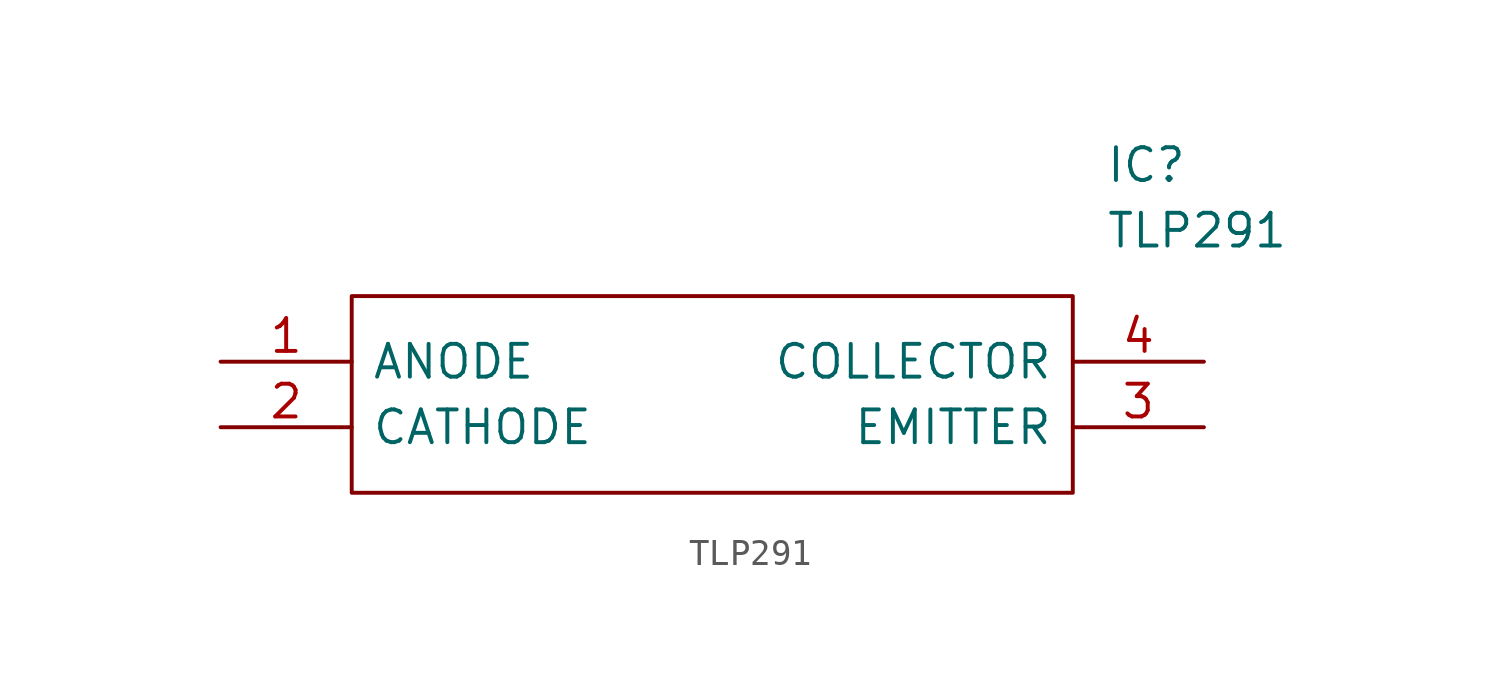
<source format=kicad_sym>
(kicad_symbol_lib
  (version 20211014)
  (generator kicad_symbol_editor)
  (symbol "TLP291"
    (pin_names
      (offset 0.762))
    (property "Reference" "IC"
      (at 34.29 7.62 0)
      (effects (font (size 1.27 1.27)) (justify left)))
    (property "Value" "TLP291"
      (at 34.29 5.08 0)
      (effects (font (size 1.27 1.27)) (justify left)))
    (symbol "TLP291_0_0"
      (pin passive line (at 0 0 0) (length 5.08) (name "ANODE" (effects (font (size 1.27 1.27)))) (number "1" (effects (font (size 1.27 1.27)))))
      (pin passive line (at 0 -2.54 0) (length 5.08) (name "CATHODE" (effects (font (size 1.27 1.27)))) (number "2" (effects (font (size 1.27 1.27)))))
      (pin passive line (at 38.1 -2.54 180) (length 5.08) (name "EMITTER" (effects (font (size 1.27 1.27)))) (number "3" (effects (font (size 1.27 1.27)))))
      (pin passive line (at 38.1 0 180) (length 5.08) (name "COLLECTOR" (effects (font (size 1.27 1.27)))) (number "4" (effects (font (size 1.27 1.27))))))
    (symbol "TLP291_0_1"
      (polyline (pts (xy 5.08 2.54) (xy 33.02 2.54) (xy 33.02 -5.08) (xy 5.08 -5.08) (xy 5.08 2.54)) (stroke (width 0.152) (type default) (color 0 0 0 0)) (fill (type none))))))
</source>
